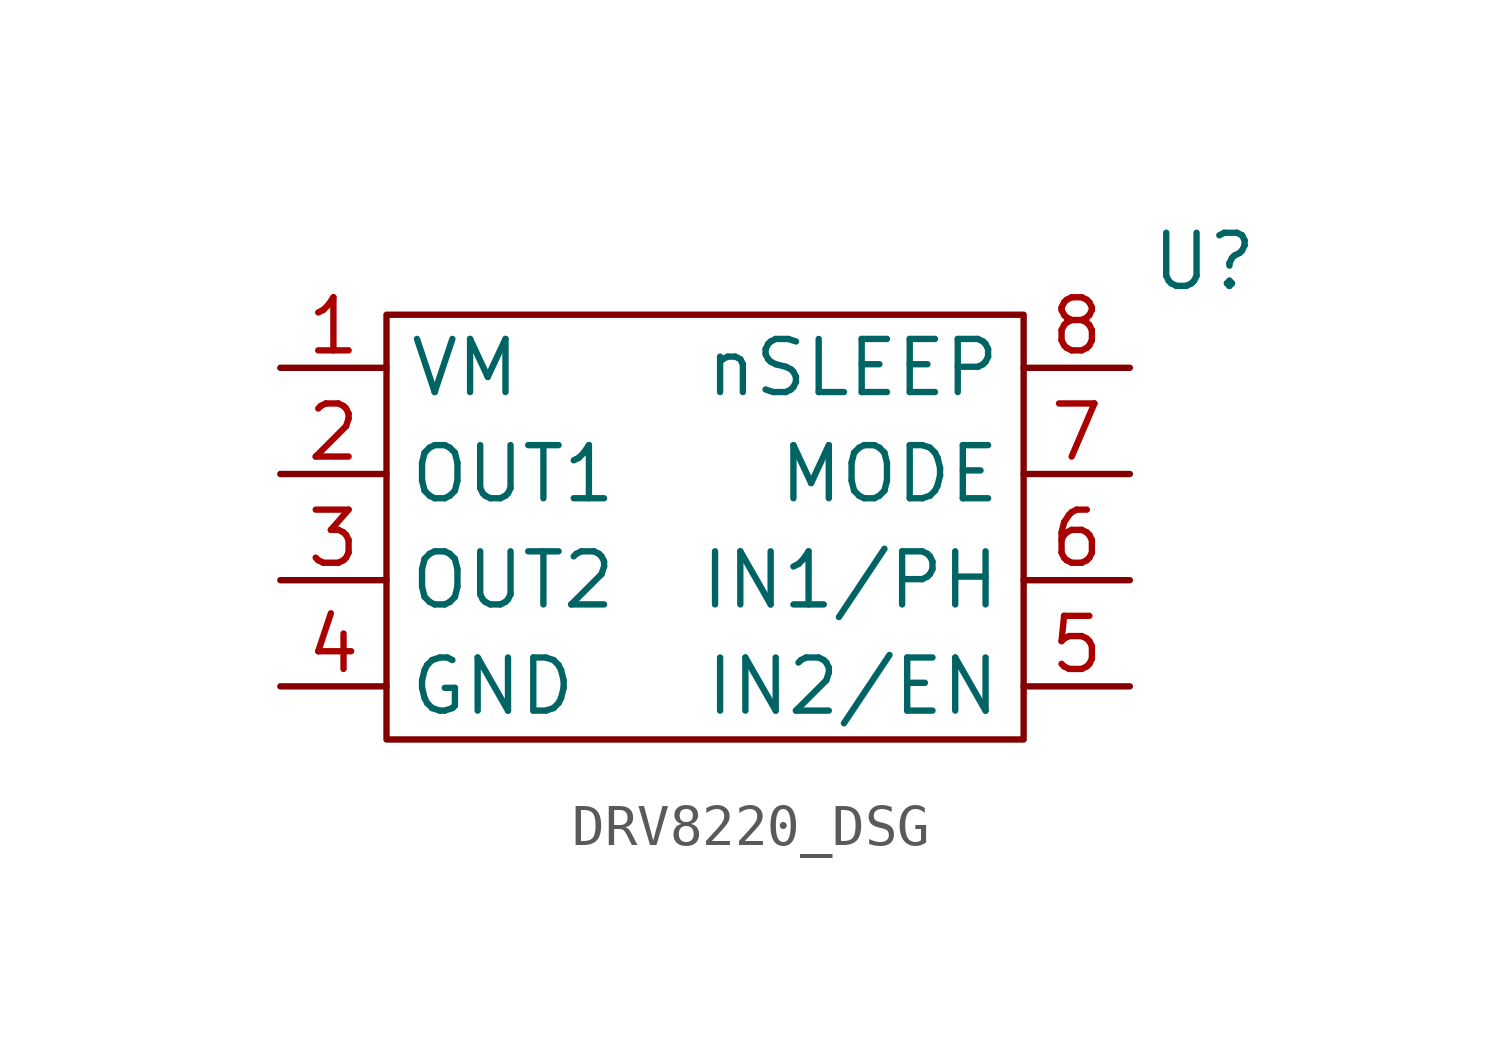
<source format=kicad_sym>
(kicad_symbol_lib
  (version 20241209)
  (generator "kicad_symbol_editor")
  (generator_version "9.0")
  (symbol "DRV8220_DSG"
    (property "Reference" "U"
      (at 11.938 7.62 0)
      (effects (font (size 1.27 1.27))))
    (property "Value" ""
      (at 0 0 0)
      (effects (font (size 1.27 1.27))))
    (symbol "DRV8220_DSG_0_1"
      (rectangle (start -7.62 6.35) (end 7.62 -3.81) (stroke (width 0) (type default)) (fill (type none))))
    (symbol "DRV8220_DSG_1_1"
      (pin power_in line (at -10.16 5.08 0) (length 2.54) (name "VM" (effects (font (size 1.27 1.27)))) (number "1" (effects (font (size 1.27 1.27)))))
      (pin output line (at -10.16 2.54 0) (length 2.54) (name "OUT1" (effects (font (size 1.27 1.27)))) (number "2" (effects (font (size 1.27 1.27)))))
      (pin output line (at -10.16 0 0) (length 2.54) (name "OUT2" (effects (font (size 1.27 1.27)))) (number "3" (effects (font (size 1.27 1.27)))))
      (pin power_in line (at -10.16 -2.54 0) (length 2.54) (name "GND" (effects (font (size 1.27 1.27)))) (number "4" (effects (font (size 1.27 1.27)))))
      (pin input line (at 10.16 5.08 180) (length 2.54) (name "nSLEEP" (effects (font (size 1.27 1.27)))) (number "8" (effects (font (size 1.27 1.27)))))
      (pin input line (at 10.16 2.54 180) (length 2.54) (name "MODE" (effects (font (size 1.27 1.27)))) (number "7" (effects (font (size 1.27 1.27)))))
      (pin input line (at 10.16 0 180) (length 2.54) (name "IN1/PH" (effects (font (size 1.27 1.27)))) (number "6" (effects (font (size 1.27 1.27)))))
      (pin input line (at 10.16 -2.54 180) (length 2.54) (name "IN2/EN" (effects (font (size 1.27 1.27)))) (number "5" (effects (font (size 1.27 1.27))))))))
</source>
